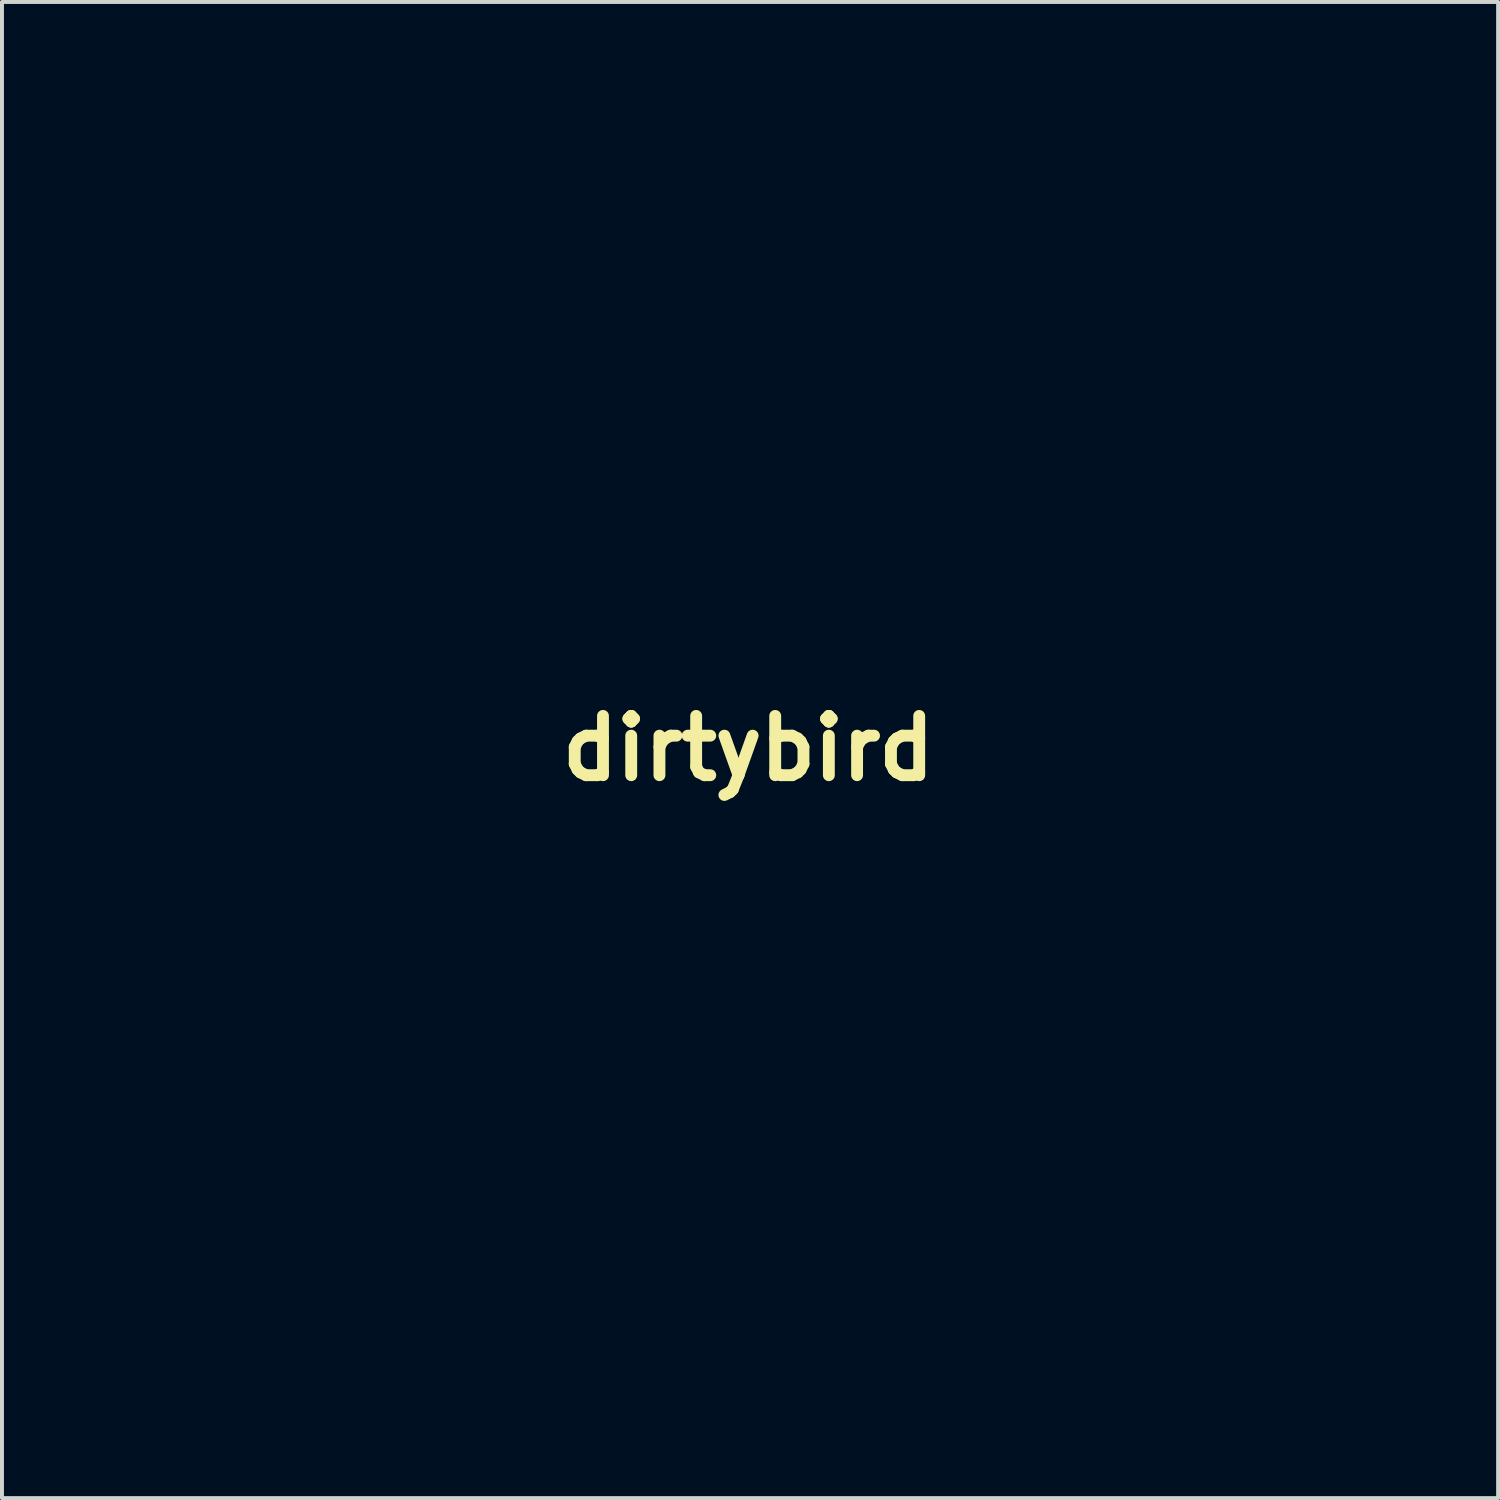
<source format=kicad_pcb>
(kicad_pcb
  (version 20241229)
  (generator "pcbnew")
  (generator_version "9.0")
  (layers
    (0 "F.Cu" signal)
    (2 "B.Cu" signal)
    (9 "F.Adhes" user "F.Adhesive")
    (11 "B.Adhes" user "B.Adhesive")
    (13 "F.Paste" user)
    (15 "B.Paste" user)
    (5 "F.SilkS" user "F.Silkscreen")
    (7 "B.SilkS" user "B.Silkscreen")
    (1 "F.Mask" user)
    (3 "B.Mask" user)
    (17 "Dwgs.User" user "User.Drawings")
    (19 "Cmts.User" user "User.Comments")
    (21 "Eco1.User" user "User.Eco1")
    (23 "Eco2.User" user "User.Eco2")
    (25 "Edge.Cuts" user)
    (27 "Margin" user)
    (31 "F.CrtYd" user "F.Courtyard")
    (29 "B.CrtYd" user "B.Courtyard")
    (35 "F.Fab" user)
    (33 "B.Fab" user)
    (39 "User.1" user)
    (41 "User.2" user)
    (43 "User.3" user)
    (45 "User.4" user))
  (footprint "dirtybird"
    (layer "F.Cu")
    (at 15.883 15.883)
    (property "Reference" "dirtybird" (at 0 0 0) (layer "F.SilkS") (effects (font (size 1.5 1.5) (thickness 0.3))))
    (attr board_only exclude_from_pos_files exclude_from_bom)
    (fp_poly (pts (xy -9.059 6.9) (xy -9.102 6.943) (xy -9.144 6.9) (xy -9.102 6.858)) (stroke (width 0.1) (type solid)) (fill no) (layer "Eco1.User"))
    (fp_poly (pts (xy -8.636 7.662) (xy -8.678 7.705) (xy -8.721 7.662) (xy -8.678 7.62)) (stroke (width 0.1) (type solid)) (fill no) (layer "Eco1.User"))
    (fp_poly (pts (xy -8.382 7.578) (xy -8.424 7.62) (xy -8.467 7.578) (xy -8.424 7.535)) (stroke (width 0.1) (type solid)) (fill no) (layer "Eco1.User"))
    (fp_poly (pts (xy -7.789 3.768) (xy -7.832 3.81) (xy -7.874 3.768) (xy -7.832 3.725)) (stroke (width 0.1) (type solid)) (fill no) (layer "Eco1.User"))
    (fp_poly (pts (xy -6.773 2.667) (xy -6.816 2.709) (xy -6.858 2.667) (xy -6.816 2.625)) (stroke (width 0.1) (type solid)) (fill no) (layer "Eco1.User"))
    (fp_poly (pts (xy -5.673 0.974) (xy -5.715 1.016) (xy -5.757 0.974) (xy -5.715 0.931)) (stroke (width 0.1) (type solid)) (fill no) (layer "Eco1.User"))
    (fp_poly (pts (xy -5.334 0.466) (xy -5.376 0.508) (xy -5.419 0.466) (xy -5.376 0.423)) (stroke (width 0.1) (type solid)) (fill no) (layer "Eco1.User"))
    (fp_poly (pts (xy -4.995 0.042) (xy -5.038 0.085) (xy -5.08 0.042) (xy -5.038 0)) (stroke (width 0.1) (type solid)) (fill no) (layer "Eco1.User"))
    (fp_poly (pts (xy -4.826 6.392) (xy -4.868 6.435) (xy -4.911 6.392) (xy -4.868 6.35)) (stroke (width 0.1) (type solid)) (fill no) (layer "Eco1.User"))
    (fp_poly (pts (xy -4.149 5.207) (xy -4.191 5.249) (xy -4.233 5.207) (xy -4.191 5.165)) (stroke (width 0.1) (type solid)) (fill no) (layer "Eco1.User"))
    (fp_poly (pts (xy -3.725 6.308) (xy -3.768 6.35) (xy -3.81 6.308) (xy -3.768 6.265)) (stroke (width 0.1) (type solid)) (fill no) (layer "Eco1.User"))
    (fp_poly (pts (xy -3.387 7.493) (xy -3.429 7.535) (xy -3.471 7.493) (xy -3.429 7.451)) (stroke (width 0.1) (type solid)) (fill no) (layer "Eco1.User"))
    (fp_poly (pts (xy -3.302 -1.905) (xy -3.344 -1.863) (xy -3.387 -1.905) (xy -3.344 -1.947)) (stroke (width 0.1) (type solid)) (fill no) (layer "Eco1.User"))
    (fp_poly (pts (xy -3.133 -2.074) (xy -3.175 -2.032) (xy -3.217 -2.074) (xy -3.175 -2.117)) (stroke (width 0.1) (type solid)) (fill no) (layer "Eco1.User"))
    (fp_poly (pts (xy -2.963 -2.159) (xy -3.006 -2.117) (xy -3.048 -2.159) (xy -3.006 -2.201)) (stroke (width 0.1) (type solid)) (fill no) (layer "Eco1.User"))
    (fp_poly (pts (xy -2.963 6.308) (xy -3.006 6.35) (xy -3.048 6.308) (xy -3.006 6.265)) (stroke (width 0.1) (type solid)) (fill no) (layer "Eco1.User"))
    (fp_poly (pts (xy -2.455 -2.582) (xy -2.498 -2.54) (xy -2.54 -2.582) (xy -2.498 -2.625)) (stroke (width 0.1) (type solid)) (fill no) (layer "Eco1.User"))
    (fp_poly (pts (xy -2.371 9.186) (xy -2.413 9.229) (xy -2.455 9.186) (xy -2.413 9.144)) (stroke (width 0.1) (type solid)) (fill no) (layer "Eco1.User"))
    (fp_poly (pts (xy -1.693 10.626) (xy -1.736 10.668) (xy -1.778 10.626) (xy -1.736 10.583)) (stroke (width 0.1) (type solid)) (fill no) (layer "Eco1.User"))
    (fp_poly (pts (xy -1.524 6.731) (xy -1.566 6.773) (xy -1.609 6.731) (xy -1.566 6.689)) (stroke (width 0.1) (type solid)) (fill no) (layer "Eco1.User"))
    (fp_poly (pts (xy -1.524 11.303) (xy -1.566 11.345) (xy -1.609 11.303) (xy -1.566 11.261)) (stroke (width 0.1) (type solid)) (fill no) (layer "Eco1.User"))
    (fp_poly (pts (xy -1.439 11.472) (xy -1.482 11.515) (xy -1.524 11.472) (xy -1.482 11.43)) (stroke (width 0.1) (type solid)) (fill no) (layer "Eco1.User"))
    (fp_poly (pts (xy -1.355 11.642) (xy -1.397 11.684) (xy -1.439 11.642) (xy -1.397 11.599)) (stroke (width 0.1) (type solid)) (fill no) (layer "Eco1.User"))
    (fp_poly (pts (xy -1.27 11.811) (xy -1.312 11.853) (xy -1.355 11.811) (xy -1.312 11.769)) (stroke (width 0.1) (type solid)) (fill no) (layer "Eco1.User"))
    (fp_poly (pts (xy -1.185 11.98) (xy -1.228 12.023) (xy -1.27 11.98) (xy -1.228 11.938)) (stroke (width 0.1) (type solid)) (fill no) (layer "Eco1.User"))
    (fp_poly (pts (xy -1.016 -4.36) (xy -1.058 -4.318) (xy -1.101 -4.36) (xy -1.058 -4.403)) (stroke (width 0.1) (type solid)) (fill no) (layer "Eco1.User"))
    (fp_poly (pts (xy -0.931 11.049) (xy -0.974 11.091) (xy -1.016 11.049) (xy -0.974 11.007)) (stroke (width 0.1) (type solid)) (fill no) (layer "Eco1.User"))
    (fp_poly (pts (xy -0.847 -4.36) (xy -0.889 -4.318) (xy -0.931 -4.36) (xy -0.889 -4.403)) (stroke (width 0.1) (type solid)) (fill no) (layer "Eco1.User"))
    (fp_poly (pts (xy -0.847 6.562) (xy -0.889 6.604) (xy -0.931 6.562) (xy -0.889 6.519)) (stroke (width 0.1) (type solid)) (fill no) (layer "Eco1.User"))
    (fp_poly (pts (xy -0.847 6.731) (xy -0.889 6.773) (xy -0.931 6.731) (xy -0.889 6.689)) (stroke (width 0.1) (type solid)) (fill no) (layer "Eco1.User"))
    (fp_poly (pts (xy -0.508 7.747) (xy -0.55 7.789) (xy -0.593 7.747) (xy -0.55 7.705)) (stroke (width 0.1) (type solid)) (fill no) (layer "Eco1.User"))
    (fp_poly (pts (xy -0.508 11.049) (xy -0.55 11.091) (xy -0.593 11.049) (xy -0.55 11.007)) (stroke (width 0.1) (type solid)) (fill no) (layer "Eco1.User"))
    (fp_poly (pts (xy -0.254 -4.868) (xy -0.296 -4.826) (xy -0.339 -4.868) (xy -0.296 -4.911)) (stroke (width 0.1) (type solid)) (fill no) (layer "Eco1.User"))
    (fp_poly (pts (xy 0.423 8.086) (xy 0.381 8.128) (xy 0.339 8.086) (xy 0.381 8.043)) (stroke (width 0.1) (type solid)) (fill no) (layer "Eco1.User"))
    (fp_poly (pts (xy 0.423 10.795) (xy 0.381 10.837) (xy 0.339 10.795) (xy 0.381 10.753)) (stroke (width 0.1) (type solid)) (fill no) (layer "Eco1.User"))
    (fp_poly (pts (xy 0.508 -7.239) (xy 0.466 -7.197) (xy 0.423 -7.239) (xy 0.466 -7.281)) (stroke (width 0.1) (type solid)) (fill no) (layer "Eco1.User"))
    (fp_poly (pts (xy 0.508 11.049) (xy 0.466 11.091) (xy 0.423 11.049) (xy 0.466 11.007)) (stroke (width 0.1) (type solid)) (fill no) (layer "Eco1.User"))
    (fp_poly (pts (xy 0.593 11.388) (xy 0.55 11.43) (xy 0.508 11.388) (xy 0.55 11.345)) (stroke (width 0.1) (type solid)) (fill no) (layer "Eco1.User"))
    (fp_poly (pts (xy 0.847 -10.202) (xy 0.804 -10.16) (xy 0.762 -10.202) (xy 0.804 -10.245)) (stroke (width 0.1) (type solid)) (fill no) (layer "Eco1.User"))
    (fp_poly (pts (xy 0.847 -6.223) (xy 0.804 -6.181) (xy 0.762 -6.223) (xy 0.804 -6.265)) (stroke (width 0.1) (type solid)) (fill no) (layer "Eco1.User"))
    (fp_poly (pts (xy 1.101 -10.118) (xy 1.058 -10.075) (xy 1.016 -10.118) (xy 1.058 -10.16)) (stroke (width 0.1) (type solid)) (fill no) (layer "Eco1.User"))
    (fp_poly (pts (xy 2.201 -12.15) (xy 2.159 -12.107) (xy 2.117 -12.15) (xy 2.159 -12.192)) (stroke (width 0.1) (type solid)) (fill no) (layer "Eco1.User"))
    (fp_poly (pts (xy 5.249 -1.143) (xy 5.207 -1.101) (xy 5.165 -1.143) (xy 5.207 -1.185)) (stroke (width 0.1) (type solid)) (fill no) (layer "Eco1.User"))
    (fp_poly (pts (xy 5.249 1.651) (xy 5.207 1.693) (xy 5.165 1.651) (xy 5.207 1.609)) (stroke (width 0.1) (type solid)) (fill no) (layer "Eco1.User"))
    (fp_poly (pts (xy 5.419 -9.694) (xy 5.376 -9.652) (xy 5.334 -9.694) (xy 5.376 -9.737)) (stroke (width 0.1) (type solid)) (fill no) (layer "Eco1.User"))
    (fp_poly (pts (xy 5.588 -9.525) (xy 5.546 -9.483) (xy 5.503 -9.525) (xy 5.546 -9.567)) (stroke (width 0.1) (type solid)) (fill no) (layer "Eco1.User"))
    (fp_poly (pts (xy -7.479 3.923) (xy -7.491 3.973) (xy -7.535 3.979) (xy -7.605 3.948) (xy -7.592 3.923) (xy -7.491 3.913)) (stroke (width 0.1) (type solid)) (fill no) (layer "Eco1.User"))
    (fp_poly (pts (xy -6.209 5.701) (xy -6.221 5.751) (xy -6.265 5.757) (xy -6.335 5.726) (xy -6.322 5.701) (xy -6.221 5.691)) (stroke (width 0.1) (type solid)) (fill no) (layer "Eco1.User"))
    (fp_poly (pts (xy -5.526 6.468) (xy -5.552 6.507) (xy -5.637 6.513) (xy -5.728 6.492) (xy -5.689 6.461) (xy -5.556 6.451)) (stroke (width 0.1) (type solid)) (fill no) (layer "Eco1.User"))
    (fp_poly (pts (xy -4.77 -0.564) (xy -4.759 -0.464) (xy -4.77 -0.452) (xy -4.82 -0.463) (xy -4.826 -0.508) (xy -4.795 -0.578)) (stroke (width 0.1) (type solid)) (fill no) (layer "Eco1.User"))
    (fp_poly (pts (xy -3.669 -1.665) (xy -3.681 -1.615) (xy -3.725 -1.609) (xy -3.795 -1.64) (xy -3.782 -1.665) (xy -3.681 -1.675)) (stroke (width 0.1) (type solid)) (fill no) (layer "Eco1.User"))
    (fp_poly (pts (xy -1.637 10.781) (xy -1.627 10.881) (xy -1.637 10.894) (xy -1.687 10.882) (xy -1.693 10.837) (xy -1.662 10.768)) (stroke (width 0.1) (type solid)) (fill no) (layer "Eco1.User"))
    (fp_poly (pts (xy -0.79 11.374) (xy -0.802 11.424) (xy -0.847 11.43) (xy -0.916 11.399) (xy -0.903 11.374) (xy -0.803 11.363)) (stroke (width 0.1) (type solid)) (fill no) (layer "Eco1.User"))
    (fp_poly (pts (xy -0.452 -5.729) (xy -0.441 -5.629) (xy -0.452 -5.616) (xy -0.502 -5.628) (xy -0.508 -5.673) (xy -0.477 -5.742)) (stroke (width 0.1) (type solid)) (fill no) (layer "Eco1.User"))
    (fp_poly (pts (xy 0.056 9.68) (xy 0.045 9.731) (xy 0 9.737) (xy -0.07 9.706) (xy -0.056 9.68) (xy 0.044 9.67)) (stroke (width 0.1) (type solid)) (fill no) (layer "Eco1.User"))
    (fp_poly (pts (xy 0.141 9.511) (xy 0.129 9.561) (xy 0.085 9.567) (xy 0.015 9.536) (xy 0.028 9.511) (xy 0.129 9.501)) (stroke (width 0.1) (type solid)) (fill no) (layer "Eco1.User"))
    (fp_poly (pts (xy 3.069 4.008) (xy 3.08 4.039) (xy 2.963 4.051) (xy 2.843 4.037) (xy 2.857 4.008) (xy 3.031 3.997)) (stroke (width 0.1) (type solid)) (fill no) (layer "Eco1.User"))
    (fp_poly (pts (xy 4.967 2.145) (xy 4.977 2.245) (xy 4.967 2.258) (xy 4.917 2.246) (xy 4.911 2.201) (xy 4.942 2.132)) (stroke (width 0.1) (type solid)) (fill no) (layer "Eco1.User"))
    (fp_poly (pts (xy 5.306 1.298) (xy 5.316 1.399) (xy 5.306 1.411) (xy 5.255 1.399) (xy 5.249 1.355) (xy 5.28 1.285)) (stroke (width 0.1) (type solid)) (fill no) (layer "Eco1.User"))
    (fp_poly (pts (xy -5.94 6.384) (xy -5.85 6.463) (xy -5.842 6.482) (xy -5.882 6.517) (xy -5.966 6.439) (xy -5.977 6.422) (xy -5.987 6.364)) (stroke (width 0.1) (type solid)) (fill no) (layer "Eco1.User"))
    (fp_poly (pts (xy -2.13 9.686) (xy -2.04 9.765) (xy -2.032 9.784) (xy -2.072 9.819) (xy -2.156 9.741) (xy -2.167 9.724) (xy -2.177 9.666)) (stroke (width 0.1) (type solid)) (fill no) (layer "Eco1.User"))
    (fp_poly (pts (xy -2.059 -2.993) (xy -2.074 -2.963) (xy -2.154 -2.882) (xy -2.169 -2.879) (xy -2.175 -2.933) (xy -2.159 -2.963) (xy -2.079 -3.044) (xy -2.064 -3.048)) (stroke (width 0.1) (type solid)) (fill no) (layer "Eco1.User"))
    (fp_poly (pts (xy -1.906 10.028) (xy -1.807 10.18) (xy -1.778 10.261) (xy -1.802 10.327) (xy -1.87 10.236) (xy -1.935 10.097) (xy -1.996 9.945) (xy -1.983 9.935)) (stroke (width 0.1) (type solid)) (fill no) (layer "Eco1.User"))
    (fp_poly (pts (xy -0.196 9.622) (xy -0.212 9.652) (xy -0.291 9.733) (xy -0.306 9.737) (xy -0.312 9.682) (xy -0.296 9.652) (xy -0.217 9.571) (xy -0.202 9.567)) (stroke (width 0.1) (type solid)) (fill no) (layer "Eco1.User"))
    (fp_poly (pts (xy -7.972 3.844) (xy -7.878 3.956) (xy -7.927 4.042) (xy -8.022 4.057) (xy -8.103 4.036) (xy -8.064 4.008) (xy -8 3.918) (xy -8.014 3.874) (xy -8.016 3.824)) (stroke (width 0.1) (type solid)) (fill no) (layer "Eco1.User"))
    (fp_poly (pts (xy 0.067 -5.842) (xy 0.054 -5.735) (xy -0.008 -5.608) (xy -0.117 -5.519) (xy -0.217 -5.499) (xy -0.254 -5.563) (xy -0.196 -5.667) (xy -0.085 -5.779) (xy 0.036 -5.873)) (stroke (width 0.1) (type solid)) (fill no) (layer "Eco1.User"))
    (fp_poly (pts (xy -6.133 6.5) (xy -6.148 6.556) (xy -6.254 6.672) (xy -6.317 6.689) (xy -6.423 6.737) (xy -6.435 6.773) (xy -6.506 6.837) (xy -6.625 6.851) (xy -6.737 6.834) (xy -6.689 6.797) (xy -6.532 6.716) (xy -6.332 6.588) (xy -6.329 6.587) (xy -6.178 6.491)) (stroke (width 0.1) (type solid)) (fill no) (layer "Eco1.User"))
    (fp_poly (pts (xy -6.908 3.545) (xy -6.883 3.726) (xy -6.882 3.747) (xy -6.858 4.026) (xy -6.815 4.255) (xy -6.806 4.419) (xy -6.859 4.501) (xy -6.941 4.463) (xy -6.965 4.424) (xy -6.995 4.291) (xy -7.01 4.073) (xy -7.01 3.827) (xy -6.998 3.612) (xy -6.972 3.485) (xy -6.957 3.471)) (stroke (width 0.1) (type solid)) (fill no) (layer "Eco1.User"))
    (fp_poly (pts (xy 0.378 -6.809) (xy 0.306 -6.689) (xy 0.174 -6.535) (xy 0.015 -6.387) (xy -0.136 -6.283) (xy -0.157 -6.274) (xy -0.304 -6.214) (xy -0.309 -6.231) (xy -0.217 -6.306) (xy -0.07 -6.405) (xy 0.002 -6.435) (xy 0.077 -6.501) (xy 0.169 -6.646) (xy 0.275 -6.8) (xy 0.356 -6.858)) (stroke (width 0.1) (type solid)) (fill no) (layer "Eco1.User"))
    (fp_poly (pts (xy -1.043 7.105) (xy -1.033 7.114) (xy -0.875 7.373) (xy -0.847 7.589) (xy -0.801 7.866) (xy -0.691 8.113) (xy -0.689 8.115) (xy -0.472 8.514) (xy -0.384 8.892) (xy -0.432 9.217) (xy -0.437 9.229) (xy -0.578 9.435) (xy -0.75 9.48) (xy -0.958 9.365) (xy -1.207 9.087) (xy -1.234 9.051) (xy -1.457 8.661) (xy -1.586 8.251) (xy -1.611 7.869) (xy -1.539 7.593) (xy -1.452 7.352) (xy -1.422 7.203) (xy -1.358 7.014) (xy -1.232 6.981)) (stroke (width 0.1) (type solid)) (fill no) (layer "Eco1.User"))
    (fp_poly (pts (xy -6.972 2.678) (xy -6.95 2.709) (xy -6.874 2.893) (xy -6.861 3.094) (xy -6.905 3.251) (xy -6.985 3.302) (xy -7.106 3.372) (xy -7.218 3.539) (xy -7.349 3.719) (xy -7.472 3.745) (xy -7.596 3.671) (xy -7.617 3.613) (xy -7.581 3.5) (xy -7.502 3.367) (xy -7.417 3.266) (xy -7.366 3.25) (xy -7.363 3.265) (xy -7.327 3.257) (xy -7.244 3.131) (xy -7.232 3.109) (xy -7.119 2.963) (xy -7.02 2.926) (xy -7.014 2.929) (xy -6.961 2.914) (xy -6.981 2.783) (xy -7.009 2.657)) (stroke (width 0.1) (type solid)) (fill no) (layer "Eco1.User"))
    (fp_poly (pts (xy -1.347 10.376) (xy -1.301 10.468) (xy -1.229 10.678) (xy -1.147 10.961) (xy -1.049 11.263) (xy -0.954 11.458) (xy -0.885 11.515) (xy -0.826 11.585) (xy -0.813 11.758) (xy -0.841 11.974) (xy -0.905 12.174) (xy -0.953 12.255) (xy -1.082 12.355) (xy -1.168 12.308) (xy -1.184 12.213) (xy -1.168 12.118) (xy -1.108 12.182) (xy -1.108 12.183) (xy -1.057 12.209) (xy -1.034 12.074) (xy -1.033 11.993) (xy -1.061 11.765) (xy -1.144 11.684) (xy -1.145 11.684) (xy -1.237 11.61) (xy -1.259 11.557) (xy -1.185 11.557) (xy -1.143 11.599) (xy -1.101 11.557) (xy -1.143 11.515) (xy -1.185 11.557) (xy -1.259 11.557) (xy -1.312 11.431) (xy -1.318 11.409) (xy -1.355 11.179) (xy -1.379 10.913) (xy -1.388 10.658) (xy -1.381 10.463) (xy -1.356 10.376)) (stroke (width 0.1) (type solid)) (fill no) (layer "Eco1.User"))
    (fp_poly (pts (xy -4.08 5.815) (xy -4.081 5.824) (xy -4.041 5.939) (xy -3.942 6.037) (xy -3.842 6.124) (xy -3.869 6.172) (xy -4.042 6.218) (xy -4.048 6.219) (xy -4.232 6.281) (xy -4.317 6.351) (xy -4.318 6.357) (xy -4.387 6.425) (xy -4.45 6.435) (xy -4.538 6.394) (xy -4.53 6.35) (xy -4.565 6.292) (xy -4.737 6.266) (xy -4.774 6.265) (xy -4.986 6.287) (xy -5.115 6.341) (xy -5.122 6.35) (xy -5.243 6.421) (xy -5.318 6.428) (xy -5.396 6.406) (xy -5.355 6.379) (xy -5.253 6.297) (xy -5.305 6.213) (xy -5.5 6.142) (xy -5.543 6.133) (xy -5.772 6.062) (xy -5.932 5.962) (xy -5.939 5.954) (xy -5.971 5.892) (xy -5.92 5.856) (xy -5.76 5.841) (xy -5.465 5.841) (xy -5.371 5.843) (xy -5 5.842) (xy -4.651 5.826) (xy -4.395 5.799) (xy -4.378 5.795) (xy -4.151 5.771)) (stroke (width 0.1) (type solid)) (fill no) (layer "Eco1.User"))
    (fp_poly (pts (xy 15.85 2.229) (xy 15.862 2.33) (xy 15.872 2.511) (xy 15.881 2.783) (xy 15.888 3.154) (xy 15.893 3.634) (xy 15.898 4.232) (xy 15.901 4.957) (xy 15.904 5.817) (xy 15.906 6.824) (xy 15.908 7.984) (xy 15.909 8.784) (xy 15.917 15.917) (xy 8.784 15.908) (xy 7.521 15.906) (xy 6.418 15.904) (xy 5.466 15.901) (xy 4.657 15.898) (xy 3.981 15.894) (xy 3.43 15.888) (xy 2.994 15.882) (xy 2.664 15.874) (xy 2.432 15.864) (xy 2.288 15.853) (xy 2.224 15.84) (xy 2.23 15.825) (xy 2.298 15.807) (xy 2.418 15.787) (xy 2.43 15.786) (xy 4.015 15.471) (xy 5.537 15.005) (xy 6.988 14.395) (xy 8.361 13.648) (xy 9.646 12.774) (xy 10.837 11.781) (xy 11.924 10.675) (xy 12.9 9.467) (xy 13.756 8.163) (xy 14.484 6.772) (xy 15.077 5.302) (xy 15.525 3.762) (xy 15.779 2.455) (xy 15.8 2.323) (xy 15.819 2.235) (xy 15.836 2.201)) (stroke (width 0.1) (type solid)) (fill no) (layer "Eco1.User"))
    (fp_poly (pts (xy -15.728 2.257) (xy -15.708 2.361) (xy -15.693 2.455) (xy -15.362 4.085) (xy -14.88 5.638) (xy -14.246 7.118) (xy -13.459 8.527) (xy -12.516 9.869) (xy -12.353 10.076) (xy -11.28 11.276) (xy -10.095 12.354) (xy -8.808 13.304) (xy -7.43 14.119) (xy -5.973 14.794) (xy -4.447 15.322) (xy -2.864 15.696) (xy -2.371 15.779) (xy -2.238 15.8) (xy -2.15 15.819) (xy -2.116 15.836) (xy -2.144 15.85) (xy -2.245 15.862) (xy -2.426 15.872) (xy -2.698 15.881) (xy -3.07 15.888) (xy -3.549 15.893) (xy -4.147 15.898) (xy -4.872 15.901) (xy -5.733 15.904) (xy -6.739 15.906) (xy -7.9 15.908) (xy -8.7 15.909) (xy -15.833 15.917) (xy -15.824 8.784) (xy -15.823 7.523) (xy -15.821 6.423) (xy -15.818 5.473) (xy -15.815 4.665) (xy -15.812 3.99) (xy -15.807 3.438) (xy -15.801 3) (xy -15.793 2.667) (xy -15.784 2.43) (xy -15.773 2.28) (xy -15.76 2.207) (xy -15.745 2.202)) (stroke (width 0.1) (type solid)) (fill no) (layer "Eco1.User"))
    (fp_poly (pts (xy -8.7 -15.824) (xy -7.437 -15.823) (xy -6.334 -15.821) (xy -5.383 -15.818) (xy -4.574 -15.815) (xy -3.897 -15.811) (xy -3.345 -15.806) (xy -2.907 -15.799) (xy -2.576 -15.791) (xy -2.341 -15.782) (xy -2.193 -15.771) (xy -2.124 -15.758) (xy -2.125 -15.742) (xy -2.186 -15.725) (xy -2.298 -15.705) (xy -2.328 -15.7) (xy -3.814 -15.411) (xy -5.205 -15.007) (xy -6.542 -14.476) (xy -6.9 -14.308) (xy -8.32 -13.532) (xy -9.641 -12.624) (xy -10.856 -11.595) (xy -11.958 -10.453) (xy -12.939 -9.211) (xy -13.791 -7.878) (xy -14.508 -6.464) (xy -15.081 -4.979) (xy -15.503 -3.435) (xy -15.7 -2.351) (xy -15.72 -2.225) (xy -15.738 -2.151) (xy -15.754 -2.136) (xy -15.767 -2.191) (xy -15.779 -2.324) (xy -15.788 -2.544) (xy -15.796 -2.86) (xy -15.803 -3.281) (xy -15.809 -3.817) (xy -15.813 -4.475) (xy -15.816 -5.265) (xy -15.819 -6.197) (xy -15.821 -7.279) (xy -15.823 -8.519) (xy -15.824 -8.7) (xy -15.833 -15.833)) (stroke (width 0.1) (type solid)) (fill no) (layer "Eco1.User"))
    (fp_poly (pts (xy 15.917 -8.721) (xy 15.917 -7.64) (xy 15.916 -6.608) (xy 15.915 -5.64) (xy 15.913 -4.746) (xy 15.911 -3.939) (xy 15.908 -3.231) (xy 15.906 -2.636) (xy 15.903 -2.164) (xy 15.899 -1.83) (xy 15.896 -1.644) (xy 15.893 -1.609) (xy 15.872 -1.687) (xy 15.836 -1.896) (xy 15.791 -2.2) (xy 15.763 -2.401) (xy 15.495 -3.808) (xy 15.076 -5.224) (xy 14.515 -6.619) (xy 13.827 -7.965) (xy 13.023 -9.231) (xy 12.8 -9.538) (xy 12.369 -10.074) (xy 11.839 -10.665) (xy 11.251 -11.271) (xy 10.644 -11.852) (xy 10.06 -12.368) (xy 9.623 -12.715) (xy 8.283 -13.608) (xy 6.853 -14.363) (xy 5.35 -14.974) (xy 3.791 -15.432) (xy 2.455 -15.694) (xy 2.323 -15.716) (xy 2.235 -15.734) (xy 2.201 -15.751) (xy 2.229 -15.765) (xy 2.33 -15.777) (xy 2.511 -15.788) (xy 2.783 -15.796) (xy 3.154 -15.803) (xy 3.634 -15.809) (xy 4.232 -15.813) (xy 4.957 -15.817) (xy 5.817 -15.819) (xy 6.824 -15.822) (xy 7.984 -15.823) (xy 8.784 -15.824) (xy 15.917 -15.833)) (stroke (width 0.1) (type solid)) (fill no) (layer "Eco1.User"))
    (fp_poly (pts (xy -6.191 1.752) (xy -6.223 1.861) (xy -6.248 2.061) (xy -6.244 2.351) (xy -6.215 2.678) (xy -6.167 2.988) (xy -6.108 3.227) (xy -6.056 3.33) (xy -5.938 3.502) (xy -5.896 3.602) (xy -5.794 3.753) (xy -5.607 3.925) (xy -5.546 3.969) (xy -5.33 4.159) (xy -5.251 4.356) (xy -5.249 4.396) (xy -5.183 4.615) (xy -4.975 4.871) (xy -4.902 4.941) (xy -4.718 5.119) (xy -4.604 5.245) (xy -4.584 5.285) (xy -4.681 5.32) (xy -4.826 5.355) (xy -5.045 5.338) (xy -5.325 5.198) (xy -5.404 5.145) (xy -5.623 4.974) (xy -5.778 4.818) (xy -5.82 4.753) (xy -5.926 4.537) (xy -6.068 4.338) (xy -6.207 4.204) (xy -6.297 4.175) (xy -6.359 4.136) (xy -6.368 3.946) (xy -6.362 3.871) (xy -6.353 3.654) (xy -6.389 3.571) (xy -6.451 3.577) (xy -6.51 3.573) (xy -6.544 3.488) (xy -6.557 3.295) (xy -6.554 2.964) (xy -6.552 2.891) (xy -6.54 2.502) (xy -6.525 2.245) (xy -6.499 2.083) (xy -6.455 1.977) (xy -6.384 1.891) (xy -6.325 1.833) (xy -6.211 1.729)) (stroke (width 0.1) (type solid)) (fill no) (layer "Eco1.User"))
    (fp_poly (pts (xy -7.013 5.723) (xy -7 5.841) (xy -7.071 5.927) (xy -7.172 6.064) (xy -7.191 6.198) (xy -7.122 6.265) (xy -7.112 6.265) (xy -6.996 6.211) (xy -6.851 6.089) (xy -6.688 5.977) (xy -6.555 5.96) (xy -6.45 5.962) (xy -6.435 5.932) (xy -6.391 5.885) (xy -6.239 5.895) (xy -6.096 5.923) (xy -6.137 5.962) (xy -6.29 6.05) (xy -6.392 6.103) (xy -6.731 6.274) (xy -6.312 6.236) (xy -6.092 6.224) (xy -6.012 6.244) (xy -6.078 6.299) (xy -6.295 6.395) (xy -6.668 6.534) (xy -6.714 6.551) (xy -6.986 6.663) (xy -7.185 6.772) (xy -7.264 6.851) (xy -7.234 6.924) (xy -7.08 6.91) (xy -7.066 6.907) (xy -6.911 6.889) (xy -6.898 6.939) (xy -7.017 7.008) (xy -7.153 7.027) (xy -7.37 7.082) (xy -7.486 7.16) (xy -7.63 7.241) (xy -7.717 7.231) (xy -7.777 7.22) (xy -7.763 7.256) (xy -7.792 7.344) (xy -7.937 7.438) (xy -7.94 7.44) (xy -8.087 7.498) (xy -8.095 7.482) (xy -8.02 7.42) (xy -7.929 7.334) (xy -7.972 7.291) (xy -8.112 7.266) (xy -8.306 7.284) (xy -8.545 7.367) (xy -8.772 7.486) (xy -8.932 7.613) (xy -8.975 7.698) (xy -9.042 7.742) (xy -9.135 7.731) (xy -9.318 7.745) (xy -9.516 7.834) (xy -9.672 7.92) (xy -9.732 7.902) (xy -9.737 7.861) (xy -9.686 7.729) (xy -9.558 7.532) (xy -9.483 7.435) (xy -9.31 7.174) (xy -9.276 6.982) (xy -9.279 6.971) (xy -9.302 6.873) (xy -9.253 6.923) (xy -9.243 6.937) (xy -9.147 7.014) (xy -9.028 6.952) (xy -8.94 6.818) (xy -8.94 6.741) (xy -8.908 6.625) (xy -8.778 6.46) (xy -8.722 6.407) (xy -8.552 6.269) (xy -8.461 6.243) (xy -8.411 6.311) (xy -8.406 6.484) (xy -8.459 6.663) (xy -8.526 6.851) (xy -8.493 6.907) (xy -8.356 6.833) (xy -8.232 6.734) (xy -8.038 6.595) (xy -7.881 6.523) (xy -7.856 6.519) (xy -7.701 6.453) (xy -7.519 6.291) (xy -7.36 6.089) (xy -7.28 5.921) (xy -7.176 5.921) (xy -7.164 5.927) (xy -7.087 5.867) (xy -7.07 5.842) (xy -7.048 5.763) (xy -7.06 5.757) (xy -7.137 5.817) (xy -7.154 5.842) (xy -7.176 5.921) (xy -7.28 5.921) (xy -7.27 5.901) (xy -7.265 5.836) (xy -7.237 5.699) (xy -7.165 5.673)) (stroke (width 0.1) (type solid)) (fill no) (layer "Eco1.User"))
    (fp_poly (pts (xy 1.593 -15.468) (xy 3.121 -15.238) (xy 4.632 -14.852) (xy 6.113 -14.307) (xy 6.688 -14.047) (xy 8.136 -13.269) (xy 9.463 -12.373) (xy 10.674 -11.355) (xy 11.773 -10.212) (xy 12.765 -8.939) (xy 13.001 -8.594) (xy 13.831 -7.199) (xy 14.505 -5.749) (xy 15.023 -4.253) (xy 15.383 -2.723) (xy 15.586 -1.171) (xy 15.629 0.392) (xy 15.513 1.956) (xy 15.236 3.51) (xy 14.798 5.041) (xy 14.199 6.539) (xy 14.095 6.76) (xy 13.321 8.181) (xy 12.418 9.499) (xy 11.395 10.707) (xy 10.261 11.798) (xy 9.026 12.767) (xy 7.698 13.606) (xy 6.287 14.31) (xy 4.802 14.872) (xy 3.253 15.285) (xy 1.648 15.544) (xy 1.355 15.574) (xy 0.713 15.624) (xy 0.155 15.646) (xy -0.389 15.64) (xy -0.988 15.606) (xy -1.405 15.571) (xy -2.925 15.352) (xy -4.426 14.973) (xy -5.892 14.442) (xy -7.306 13.769) (xy -8.648 12.962) (xy -9.902 12.032) (xy -11.05 10.986) (xy -11.606 10.392) (xy -12.094 9.779) (xy -9.906 9.779) (xy -9.864 9.821) (xy -9.821 9.779) (xy -9.864 9.737) (xy -9.906 9.779) (xy -12.094 9.779) (xy -12.613 9.128) (xy -13.44 7.846) (xy -9.821 7.846) (xy -9.816 8.08) (xy -9.781 8.185) (xy -9.689 8.198) (xy -9.588 8.177) (xy -9.352 8.122) (xy -9.062 8.057) (xy -8.998 8.043) (xy -8.32 7.871) (xy -7.786 7.685) (xy -7.41 7.488) (xy -7.183 7.359) (xy -6.988 7.287) (xy -6.944 7.281) (xy -6.783 7.242) (xy -6.731 7.197) (xy -6.612 7.127) (xy -6.506 7.112) (xy -6.321 7.064) (xy -6.104 6.948) (xy -6.088 6.937) (xy -5.954 6.86) (xy -5.781 6.804) (xy -5.536 6.762) (xy -5.185 6.73) (xy -4.762 6.704) (xy -3.683 6.646) (xy -3.675 7.366) (xy -3.63 7.971) (xy -3.509 8.443) (xy -3.317 8.775) (xy -3.057 8.959) (xy -3.049 8.961) (xy -2.828 9.101) (xy -2.711 9.267) (xy -2.622 9.426) (xy -2.542 9.483) (xy -2.47 9.553) (xy -2.455 9.641) (xy -2.416 9.807) (xy -2.318 10.047) (xy -2.255 10.171) (xy -2.108 10.493) (xy -1.982 10.853) (xy -1.951 10.964) (xy -1.85 11.327) (xy -1.736 11.648) (xy -1.626 11.888) (xy -1.536 12.013) (xy -1.511 12.023) (xy -1.461 12.096) (xy -1.439 12.274) (xy -1.439 12.277) (xy -1.43 12.428) (xy -1.371 12.503) (xy -1.22 12.528) (xy -1.027 12.531) (xy -0.615 12.531) (xy -0.557 11.945) (xy -0.505 11.588) (xy -0.436 11.372) (xy -0.383 11.316) (xy -0.281 11.205) (xy -0.239 11.076) (xy -0.165 10.913) (xy -0.073 10.855) (xy 0.051 10.909) (xy 0.156 11.095) (xy 0.229 11.377) (xy 0.254 11.697) (xy 0.269 11.912) (xy 0.329 12.005) (xy 0.432 12.023) (xy 0.562 11.987) (xy 0.56 11.891) (xy 0.554 11.804) (xy 0.607 11.82) (xy 0.671 11.815) (xy 0.658 11.704) (xy 0.651 11.576) (xy 0.729 11.572) (xy 0.811 11.555) (xy 0.853 11.404) (xy 0.861 11.291) (xy 0.874 11.029) (xy 0.887 10.816) (xy 0.889 10.795) (xy 0.862 10.601) (xy 0.821 10.52) (xy 0.789 10.428) (xy 0.815 10.413) (xy 0.822 10.374) (xy 0.762 10.322) (xy 0.687 10.235) (xy 0.736 10.19) (xy 0.802 10.101) (xy 0.76 9.984) (xy 0.642 9.909) (xy 0.605 9.905) (xy 0.513 9.891) (xy 0.575 9.833) (xy 0.593 9.821) (xy 0.669 9.756) (xy 0.587 9.738) (xy 0.567 9.738) (xy 0.462 9.703) (xy 0.462 9.658) (xy 0.451 9.549) (xy 0.425 9.526) (xy 0.342 9.41) (xy 0.339 9.383) (xy 0.387 9.349) (xy 0.468 9.4) (xy 0.605 9.469) (xy 0.653 9.419) (xy 0.582 9.291) (xy 0.564 9.273) (xy 0.475 9.121) (xy 0.474 9.025) (xy 0.462 8.95) (xy 0.321 8.947) (xy 0.28 8.954) (xy 0.125 8.97) (xy 0.11 8.928) (xy 0.144 8.888) (xy 0.199 8.77) (xy 0.193 8.749) (xy 0.452 8.749) (xy 0.463 8.799) (xy 0.508 8.805) (xy 0.578 8.774) (xy 0.564 8.749) (xy 0.464 8.739) (xy 0.452 8.749) (xy 0.193 8.749) (xy 0.151 8.6) (xy 0.12 8.539) (xy 0.017 8.372) (xy -0.065 8.298) (xy -0.068 8.297) (xy -0.155 8.225) (xy -0.263 8.046) (xy -0.364 7.817) (xy -0.431 7.593) (xy -0.442 7.514) (xy -0.469 7.345) (xy -0.505 7.281) (xy -0.538 7.206) (xy -0.563 7.02) (xy -0.567 6.967) (xy -0.602 6.616) (xy -0.66 6.388) (xy -0.736 6.303) (xy -0.768 6.311) (xy -0.818 6.29) (xy -0.801 6.157) (xy -0.793 5.991) (xy -0.906 5.909) (xy -0.946 5.897) (xy -1.212 5.847) (xy -1.339 5.878) (xy -1.355 5.924) (xy -1.293 5.971) (xy -1.228 5.957) (xy -1.119 5.958) (xy -1.101 5.995) (xy -1.172 6.051) (xy -1.312 6.058) (xy -1.471 6.07) (xy -1.528 6.187) (xy -1.534 6.256) (xy -1.538 6.446) (xy -1.534 6.54) (xy -1.587 6.603) (xy -1.602 6.604) (xy -1.671 6.677) (xy -1.735 6.856) (xy -1.74 6.876) (xy -1.837 7.149) (xy -1.966 7.374) (xy -2.075 7.563) (xy -2.067 7.717) (xy -2.042 7.771) (xy -1.981 7.956) (xy -1.932 8.229) (xy -1.918 8.373) (xy -1.815 8.783) (xy -1.589 9.199) (xy -1.276 9.571) (xy -0.912 9.85) (xy -0.778 9.917) (xy -0.53 10.022) (xy -0.399 10.064) (xy -0.347 10.052) (xy -0.339 9.989) (xy -0.339 9.986) (xy -0.389 9.932) (xy -0.414 9.942) (xy -0.523 9.927) (xy -0.584 9.874) (xy -0.624 9.796) (xy -0.533 9.789) (xy -0.466 9.8) (xy -0.307 9.857) (xy -0.254 9.917) (xy -0.186 9.937) (xy -0.017 9.893) (xy 0.042 9.869) (xy 0.236 9.795) (xy 0.321 9.802) (xy 0.346 9.908) (xy 0.349 9.974) (xy 0.366 10.229) (xy 0.38 10.395) (xy 0.363 10.568) (xy 0.314 10.641) (xy 0.269 10.639) (xy 0.288 10.596) (xy 0.304 10.528) (xy 0.223 10.504) (xy 0.019 10.521) (xy -0.189 10.553) (xy -0.38 10.602) (xy -0.464 10.659) (xy -0.462 10.674) (xy -0.486 10.774) (xy -0.601 10.911) (xy -0.753 11.02) (xy -0.867 11.001) (xy -0.894 10.98) (xy -0.958 10.881) (xy -0.878 10.782) (xy -0.868 10.774) (xy -0.775 10.692) (xy -0.824 10.669) (xy -0.874 10.668) (xy -0.977 10.626) (xy -0.984 10.474) (xy -0.98 10.449) (xy -0.974 10.329) (xy -0.339 10.329) (xy -0.268 10.399) (xy -0.174 10.414) (xy -0.012 10.375) (xy 0.042 10.329) (xy 0.012 10.267) (xy -0.122 10.245) (xy -0.283 10.273) (xy -0.339 10.329) (xy -0.974 10.329) (xy -0.972 10.294) (xy -1.041 10.27) (xy -1.063 10.277) (xy -1.169 10.274) (xy -1.185 10.236) (xy -1.24 10.11) (xy -1.303 10.033) (xy -1.016 10.033) (xy -0.974 10.075) (xy -0.931 10.033) (xy -0.974 9.991) (xy -1.016 10.033) (xy -1.303 10.033) (xy -1.317 10.016) (xy -1.403 9.864) (xy -1.27 9.864) (xy -1.228 9.906) (xy -1.185 9.864) (xy -1.228 9.821) (xy -1.27 9.864) (xy -1.403 9.864) (xy -1.404 9.861) (xy -1.403 9.764) (xy -1.402 9.685) (xy -1.437 9.693) (xy -1.515 9.656) (xy -1.623 9.524) (xy -1.722 9.356) (xy -1.774 9.211) (xy -1.774 9.181) (xy -1.83 9.079) (xy -1.979 8.953) (xy -2.158 8.847) (xy -2.299 8.805) (xy -2.431 8.74) (xy -2.455 8.636) (xy -2.496 8.491) (xy -2.582 8.487) (xy -2.651 8.615) (xy -2.682 8.694) (xy -2.697 8.611) (xy -2.7 8.577) (xy -2.745 8.405) (xy -2.8 8.336) (xy -2.853 8.221) (xy -2.84 8.15) (xy -2.822 8.065) (xy -2.897 8.108) (xy -2.919 8.126) (xy -3.026 8.182) (xy -3.047 8.115) (xy -2.987 7.946) (xy -2.862 7.721) (xy -2.802 7.609) (xy -2.603 7.609) (xy -2.541 7.569) (xy -2.529 7.558) (xy -2.463 7.447) (xy -2.472 7.406) (xy -2.535 7.432) (xy -2.577 7.511) (xy -2.603 7.609) (xy -2.802 7.609) (xy -2.772 7.553) (xy -2.757 7.478) (xy -2.778 7.483) (xy -2.865 7.48) (xy -2.879 7.42) (xy -2.937 7.288) (xy -2.98 7.262) (xy -3.008 7.213) (xy -2.933 7.171) (xy -2.832 7.156) (xy -2.837 7.198) (xy -2.832 7.275) (xy -2.804 7.281) (xy -2.686 7.234) (xy -2.691 7.137) (xy -2.793 7.07) (xy -2.91 7.014) (xy -2.876 6.93) (xy -2.836 6.888) (xy -2.754 6.752) (xy -2.758 6.678) (xy -2.753 6.556) (xy -2.674 6.391) (xy -2.6 6.248) (xy -2.644 6.225) (xy -2.646 6.226) (xy -2.773 6.218) (xy -3.009 6.162) (xy -3.307 6.068) (xy -3.344 6.056) (xy -3.608 5.956) (xy -3.774 5.882) (xy -3.815 5.845) (xy -3.804 5.844) (xy -3.627 5.771) (xy -3.419 5.552) (xy -3.175 5.18) (xy -3.002 4.868) (xy -2.843 4.581) (xy -2.705 4.354) (xy -2.611 4.229) (xy -2.6 4.219) (xy -2.509 4.092) (xy -2.489 4.021) (xy -2.418 3.841) (xy -2.348 3.739) (xy -2.208 3.559) (xy -2.14 3.438) (xy -2.161 3.407) (xy -2.188 3.421) (xy -2.275 3.428) (xy -2.286 3.396) (xy -2.223 3.279) (xy -2.178 3.243) (xy -2.065 3.132) (xy -1.93 2.952) (xy -1.911 2.921) (xy -1.693 2.921) (xy -1.651 2.963) (xy -1.609 2.921) (xy -1.651 2.879) (xy -1.693 2.921) (xy -1.911 2.921) (xy -1.819 2.771) (xy -1.78 2.667) (xy -1.524 2.667) (xy -1.482 2.709) (xy -1.439 2.667) (xy -1.482 2.625) (xy -1.524 2.667) (xy -1.78 2.667) (xy -1.778 2.661) (xy -1.842 2.64) (xy -1.917 2.66) (xy -2.008 2.681) (xy -1.969 2.609) (xy -1.95 2.585) (xy -1.821 2.504) (xy -1.747 2.512) (xy -1.694 2.525) (xy -1.711 2.5) (xy -1.718 2.388) (xy -1.662 2.19) (xy -1.65 2.159) (xy -1.524 2.159) (xy -1.482 2.201) (xy -1.439 2.159) (xy -1.482 2.117) (xy -1.524 2.159) (xy -1.65 2.159) (xy -1.637 2.127) (xy -1.55 1.886) (xy -1.509 1.686) (xy -1.509 1.659) (xy -1.475 1.443) (xy -1.44 1.357) (xy -1.403 1.214) (xy -1.363 0.948) (xy -1.327 0.602) (xy -1.312 0.391) (xy -1.291 -0.02) (xy -1.293 -0.3) (xy -1.323 -0.488) (xy -1.381 -0.622) (xy -1.389 -0.634) (xy -1.467 -0.791) (xy -1.429 -0.864) (xy -1.417 -0.868) (xy -1.417 -0.928) (xy -1.535 -1.041) (xy -1.628 -1.108) (xy -1.816 -1.249) (xy -1.92 -1.365) (xy -1.928 -1.397) (xy -1.952 -1.533) (xy -2.003 -1.651) (xy -2.079 -1.907) (xy -2.098 -2.233) (xy -2.064 -2.558) (xy -1.979 -2.809) (xy -1.951 -2.851) (xy -1.831 -2.974) (xy -1.757 -2.999) (xy -1.697 -3.026) (xy -1.662 -3.091) (xy -1.655 -3.181) (xy -1.694 -3.174) (xy -1.772 -3.179) (xy -1.778 -3.207) (xy -1.745 -3.259) (xy -1.524 -3.259) (xy -1.477 -3.224) (xy -1.371 -3.302) (xy -1.312 -3.302) (xy -1.306 -3.224) (xy -1.275 -3.217) (xy -1.189 -3.279) (xy -1.185 -3.302) (xy -1.214 -3.384) (xy -1.223 -3.387) (xy -1.295 -3.327) (xy -1.312 -3.302) (xy -1.371 -3.302) (xy -1.343 -3.323) (xy -1.307 -3.357) (xy -1.173 -3.506) (xy -1.12 -3.598) (xy -1.122 -3.605) (xy -1.211 -3.594) (xy -1.346 -3.499) (xy -1.47 -3.37) (xy -1.524 -3.259) (xy -1.745 -3.259) (xy -1.713 -3.309) (xy -1.555 -3.446) (xy -1.363 -3.576) (xy -1.194 -3.654) (xy -1.182 -3.657) (xy -1.093 -3.725) (xy -0.931 -3.725) (xy -0.9 -3.656) (xy -0.875 -3.669) (xy -0.865 -3.769) (xy -0.875 -3.782) (xy -0.925 -3.77) (xy -0.931 -3.725) (xy -1.093 -3.725) (xy -1.069 -3.744) (xy -0.94 -3.927) (xy -0.912 -3.979) (xy -0.821 -4.136) (xy -0.789 -4.139) (xy -0.795 -4.085) (xy -0.799 -3.938) (xy -0.766 -3.895) (xy -0.731 -3.824) (xy -0.741 -3.684) (xy -0.793 -3.542) (xy -0.85 -3.516) (xy -0.938 -3.483) (xy -1.068 -3.346) (xy -1.094 -3.312) (xy -1.2 -3.142) (xy -1.203 -3.055) (xy -1.143 -3.018) (xy -1.043 -3.006) (xy -1.034 -3.03) (xy -1.024 -3.162) (xy -0.967 -3.317) (xy -0.893 -3.423) (xy -0.852 -3.432) (xy -0.753 -3.456) (xy -0.631 -3.56) (xy -0.496 -3.663) (xy -0.424 -3.641) (xy -0.352 -3.64) (xy -0.254 -3.768) (xy -0.254 -3.768) (xy -0.184 -3.946) (xy -0.222 -4.063) (xy -0.244 -4.087) (xy -0.313 -4.138) (xy -0.297 -4.053) (xy -0.285 -4.022) (xy -0.253 -3.906) (xy -0.311 -3.926) (xy -0.367 -3.97) (xy -0.471 -4.042) (xy -0.478 -3.986) (xy -0.461 -3.928) (xy -0.433 -3.822) (xy -0.475 -3.868) (xy -0.501 -3.908) (xy -0.532 -4.016) (xy -0.471 -4.149) (xy -0.392 -4.239) (xy -0.149 -4.239) (xy -0.137 -4.233) (xy -0.06 -4.293) (xy -0.042 -4.318) (xy -0.021 -4.397) (xy -0.032 -4.403) (xy -0.11 -4.343) (xy -0.127 -4.318) (xy -0.149 -4.239) (xy -0.392 -4.239) (xy -0.299 -4.345) (xy -0.275 -4.37) (xy -0.069 -4.547) (xy -0.028 -4.572) (xy 0.677 -4.572) (xy 0.708 -4.502) (xy 0.734 -4.516) (xy 0.744 -4.616) (xy 0.734 -4.628) (xy 0.683 -4.617) (xy 0.677 -4.572) (xy -0.028 -4.572) (xy 0.112 -4.654) (xy 0.191 -4.669) (xy 0.319 -4.688) (xy 0.311 -4.802) (xy 0.268 -4.866) (xy 0.361 -4.866) (xy 0.378 -4.832) (xy 0.458 -4.744) (xy 0.473 -4.806) (xy 0.453 -4.872) (xy 0.39 -4.964) (xy 0.362 -4.962) (xy 0.361 -4.866) (xy 0.268 -4.866) (xy 0.205 -4.958) (xy 0.125 -5.045) (xy 0.769 -5.045) (xy 0.784 -4.935) (xy 0.813 -4.934) (xy 0.833 -5.047) (xy 0.82 -5.096) (xy 0.782 -5.128) (xy 0.769 -5.045) (xy 0.125 -5.045) (xy 0.125 -5.045) (xy 0.123 -5.021) (xy 0.098 -4.909) (xy -0.004 -4.824) (xy -0.128 -4.768) (xy -0.131 -4.82) (xy -0.091 -4.899) (xy -0.009 -5.084) (xy -0.03 -5.138) (xy -0.141 -5.069) (xy -0.232 -5.002) (xy -0.23 -5.046) (xy -0.169 -5.164) (xy -0.076 -5.291) (xy -0.02 -5.267) (xy 0.04 -5.202) (xy 0.135 -5.256) (xy 0.232 -5.309) (xy 0.257 -5.239) (xy 0.288 -5.188) (xy 0.358 -5.249) (xy 0.436 -5.378) (xy 0.495 -5.529) (xy 0.503 -5.588) (xy 0.677 -5.588) (xy 0.708 -5.518) (xy 0.734 -5.532) (xy 0.744 -5.632) (xy 0.734 -5.644) (xy 0.683 -5.633) (xy 0.677 -5.588) (xy 0.503 -5.588) (xy 0.508 -5.62) (xy 0.501 -5.712) (xy 0.953 -5.712) (xy 0.97 -5.678) (xy 1.051 -5.591) (xy 1.066 -5.652) (xy 1.045 -5.719) (xy 0.983 -5.811) (xy 0.955 -5.809) (xy 0.953 -5.712) (xy 0.501 -5.712) (xy 0.5 -5.73) (xy 0.45 -5.721) (xy 0.335 -5.604) (xy 0.195 -5.46) (xy 0.135 -5.44) (xy 0.121 -5.544) (xy 0.121 -5.602) (xy 0.198 -5.79) (xy 0.356 -5.92) (xy 0.544 -6.07) (xy 0.586 -6.214) (xy 0.507 -6.308) (xy 0.411 -6.289) (xy 0.369 -6.223) (xy 0.27 -6.128) (xy 0.201 -6.131) (xy 0.098 -6.134) (xy 0.085 -6.107) (xy 0.016 -6.047) (xy -0.042 -6.04) (xy -0.148 -6.05) (xy -0.134 -6.092) (xy 0.013 -6.178) (xy 0.185 -6.263) (xy 0.49 -6.395) (xy 0.669 -6.429) (xy 0.734 -6.366) (xy 0.716 -6.255) (xy 0.7 -6.124) (xy 0.774 -6.114) (xy 0.847 -6.204) (xy 0.909 -6.383) (xy 0.948 -6.592) (xy 0.954 -6.77) (xy 0.917 -6.857) (xy 0.908 -6.858) (xy 0.827 -6.788) (xy 0.787 -6.689) (xy 0.72 -6.539) (xy 0.661 -6.552) (xy 0.635 -6.721) (xy 0.635 -6.723) (xy 0.657 -6.862) (xy 0.699 -6.887) (xy 0.748 -6.925) (xy 0.762 -7.03) (xy 0.781 -7.076) (xy 0.994 -7.076) (xy 1.028 -7.027) (xy 1.036 -7.033) (xy 1.545 -7.033) (xy 1.556 -7.027) (xy 1.634 -7.087) (xy 1.651 -7.112) (xy 1.673 -7.191) (xy 1.661 -7.197) (xy 1.584 -7.137) (xy 1.566 -7.112) (xy 1.545 -7.033) (xy 1.036 -7.033) (xy 1.145 -7.109) (xy 1.183 -7.151) (xy 1.256 -7.293) (xy 1.257 -7.355) (xy 1.194 -7.354) (xy 1.082 -7.24) (xy 1.076 -7.231) (xy 0.994 -7.076) (xy 0.781 -7.076) (xy 0.833 -7.203) (xy 0.931 -7.257) (xy 1.069 -7.326) (xy 1.092 -7.366) (xy 1.609 -7.366) (xy 1.64 -7.296) (xy 1.665 -7.31) (xy 1.675 -7.41) (xy 1.665 -7.422) (xy 1.615 -7.411) (xy 1.609 -7.366) (xy 1.092 -7.366) (xy 1.101 -7.381) (xy 1.047 -7.421) (xy 1.01 -7.404) (xy 0.977 -7.419) (xy 1.026 -7.52) (xy 1.191 -7.694) (xy 1.329 -7.781) (xy 1.477 -7.876) (xy 1.524 -7.949) (xy 1.467 -8.012) (xy 1.332 -7.981) (xy 1.169 -7.869) (xy 1.149 -7.85) (xy 1.005 -7.723) (xy 0.964 -7.726) (xy 1.035 -7.848) (xy 1.095 -7.928) (xy 1.219 -8.113) (xy 1.266 -8.236) (xy 1.229 -8.267) (xy 1.143 -8.213) (xy 1.041 -8.154) (xy 1.016 -8.172) (xy 1.076 -8.27) (xy 1.148 -8.333) (xy 1.27 -8.476) (xy 1.298 -8.554) (xy 1.36 -8.742) (xy 1.383 -8.784) (xy 1.404 -8.877) (xy 1.378 -8.89) (xy 1.31 -8.951) (xy 1.314 -9.085) (xy 1.375 -9.219) (xy 1.449 -9.274) (xy 1.553 -9.378) (xy 1.548 -9.486) (xy 1.545 -9.601) (xy 4.017 -9.601) (xy 4.051 -9.541) (xy 4.119 -9.394) (xy 4.109 -9.317) (xy 4.141 -9.255) (xy 4.32 -9.229) (xy 4.355 -9.229) (xy 4.553 -9.239) (xy 4.654 -9.264) (xy 4.657 -9.269) (xy 4.588 -9.328) (xy 4.415 -9.431) (xy 4.298 -9.493) (xy 4.092 -9.59) (xy 4.017 -9.601) (xy 1.545 -9.601) (xy 1.545 -9.619) (xy 1.584 -9.652) (xy 1.611 -9.694) (xy 3.81 -9.694) (xy 3.852 -9.652) (xy 3.895 -9.694) (xy 3.862 -9.727) (xy 4.22 -9.727) (xy 4.222 -9.684) (xy 4.346 -9.587) (xy 4.491 -9.489) (xy 4.752 -9.324) (xy 4.903 -9.253) (xy 4.974 -9.272) (xy 4.993 -9.376) (xy 4.993 -9.419) (xy 4.949 -9.634) (xy 4.849 -9.798) (xy 4.727 -9.871) (xy 4.639 -9.838) (xy 4.48 -9.759) (xy 4.326 -9.737) (xy 4.22 -9.727) (xy 3.862 -9.727) (xy 3.852 -9.737) (xy 3.81 -9.694) (xy 1.611 -9.694) (xy 1.629 -9.724) (xy 1.628 -9.898) (xy 1.627 -9.904) (xy 1.621 -9.928) (xy 3.179 -9.928) (xy 3.198 -9.869) (xy 3.316 -9.824) (xy 3.384 -9.905) (xy 3.385 -9.927) (xy 3.341 -10.092) (xy 3.312 -10.146) (xy 3.248 -10.199) (xy 3.198 -10.095) (xy 3.196 -10.087) (xy 3.179 -9.928) (xy 1.621 -9.928) (xy 1.586 -10.073) (xy 1.51 -10.105) (xy 1.435 -10.073) (xy 1.296 -10.032) (xy 1.243 -10.054) (xy 1.24 -10.175) (xy 1.285 -10.381) (xy 1.359 -10.612) (xy 1.443 -10.81) (xy 1.516 -10.917) (xy 1.532 -10.922) (xy 1.58 -10.974) (xy 1.566 -11.007) (xy 1.586 -11.079) (xy 1.649 -11.091) (xy 1.794 -11.16) (xy 1.832 -11.218) (xy 1.912 -11.33) (xy 1.951 -11.345) (xy 1.967 -11.282) (xy 1.909 -11.127) (xy 1.904 -11.119) (xy 1.833 -10.937) (xy 1.829 -10.824) (xy 1.827 -10.704) (xy 1.777 -10.564) (xy 1.719 -10.437) (xy 1.746 -10.45) (xy 1.805 -10.522) (xy 1.901 -10.623) (xy 1.948 -10.583) (xy 1.97 -10.505) (xy 1.965 -10.352) (xy 1.917 -10.296) (xy 1.888 -10.229) (xy 1.971 -10.134) (xy 2.122 -10.045) (xy 2.294 -9.994) (xy 2.34 -9.991) (xy 2.507 -10.017) (xy 2.571 -10.057) (xy 2.53 -10.104) (xy 2.386 -10.121) (xy 2.205 -10.158) (xy 2.158 -10.26) (xy 2.123 -10.419) (xy 2.094 -10.464) (xy 2.036 -10.599) (xy 2.032 -10.646) (xy 2.079 -10.74) (xy 2.186 -10.73) (xy 2.302 -10.637) (xy 2.371 -10.498) (xy 2.415 -10.365) (xy 2.458 -10.387) (xy 2.474 -10.426) (xy 2.465 -10.603) (xy 2.341 -10.763) (xy 2.156 -10.858) (xy 2.014 -10.858) (xy 1.882 -10.835) (xy 1.889 -10.889) (xy 1.935 -10.948) (xy 2.079 -11.033) (xy 2.258 -10.971) (xy 2.484 -10.758) (xy 2.575 -10.647) (xy 2.723 -10.475) (xy 2.784 -10.438) (xy 2.759 -10.524) (xy 2.649 -10.723) (xy 2.563 -10.86) (xy 2.345 -11.292) (xy 2.302 -11.557) (xy 2.371 -11.557) (xy 2.413 -11.515) (xy 2.455 -11.557) (xy 2.413 -11.599) (xy 2.371 -11.557) (xy 2.302 -11.557) (xy 2.285 -11.662) (xy 2.377 -11.963) (xy 2.617 -12.187) (xy 3.002 -12.326) (xy 3.346 -12.369) (xy 3.761 -12.337) (xy 4.136 -12.213) (xy 4.421 -12.017) (xy 4.507 -11.91) (xy 4.626 -11.697) (xy 4.72 -11.494) (xy 4.771 -11.344) (xy 4.762 -11.292) (xy 4.753 -11.296) (xy 4.701 -11.249) (xy 4.653 -11.078) (xy 4.635 -10.958) (xy 4.592 -10.672) (xy 4.534 -10.534) (xy 4.448 -10.524) (xy 4.363 -10.581) (xy 4.159 -10.648) (xy 3.9 -10.579) (xy 3.62 -10.385) (xy 3.614 -10.379) (xy 3.46 -10.162) (xy 3.457 -9.957) (xy 3.58 -9.811) (xy 3.74 -9.786) (xy 3.973 -9.833) (xy 4.211 -9.93) (xy 4.386 -10.055) (xy 4.402 -10.074) (xy 4.561 -10.2) (xy 4.673 -10.201) (xy 4.817 -10.201) (xy 4.866 -10.24) (xy 4.956 -10.301) (xy 5.031 -10.239) (xy 5.044 -10.1) (xy 5.035 -10.068) (xy 5.045 -9.908) (xy 5.116 -9.854) (xy 5.22 -9.727) (xy 5.249 -9.511) (xy 5.27 -9.323) (xy 5.324 -9.266) (xy 5.334 -9.271) (xy 5.412 -9.274) (xy 5.419 -9.251) (xy 5.344 -9.105) (xy 5.124 -9.036) (xy 4.829 -9.04) (xy 4.578 -9.056) (xy 4.427 -9.02) (xy 4.308 -8.899) (xy 4.197 -8.729) (xy 4.046 -8.419) (xy 3.942 -8.073) (xy 3.926 -7.979) (xy 3.907 -7.726) (xy 3.892 -7.352) (xy 3.882 -6.894) (xy 3.877 -6.387) (xy 3.877 -5.865) (xy 3.882 -5.364) (xy 3.892 -4.92) (xy 3.906 -4.568) (xy 3.926 -4.343) (xy 3.93 -4.318) (xy 3.97 -4.042) (xy 3.986 -3.792) (xy 3.986 -3.792) (xy 4.015 -3.603) (xy 4.072 -3.509) (xy 4.115 -3.395) (xy 4.112 -3.167) (xy 4.102 -3.093) (xy 4.086 -2.823) (xy 4.131 -2.68) (xy 4.141 -2.672) (xy 4.209 -2.553) (xy 4.233 -2.375) (xy 4.276 -2.105) (xy 4.416 -1.826) (xy 4.674 -1.502) (xy 4.756 -1.412) (xy 5.028 -1.024) (xy 5.23 -0.537) (xy 5.339 -0.018) (xy 5.351 0.248) (xy 5.328 0.677) (xy 5.278 0.958) (xy 5.235 1.06) (xy 5.188 1.195) (xy 5.133 1.418) (xy 5.087 1.656) (xy 5.064 1.838) (xy 5.066 1.884) (xy 5.018 1.946) (xy 5.004 1.947) (xy 4.926 2.019) (xy 4.842 2.191) (xy 4.839 2.201) (xy 4.751 2.378) (xy 4.66 2.455) (xy 4.656 2.455) (xy 4.602 2.507) (xy 4.616 2.542) (xy 4.592 2.647) (xy 4.473 2.817) (xy 4.378 2.92) (xy 4.219 3.099) (xy 4.139 3.232) (xy 4.139 3.27) (xy 4.135 3.295) (xy 4.102 3.279) (xy 3.956 3.276) (xy 3.815 3.372) (xy 3.764 3.489) (xy 3.7 3.576) (xy 3.658 3.577) (xy 3.564 3.613) (xy 3.556 3.646) (xy 3.504 3.696) (xy 3.471 3.683) (xy 3.393 3.69) (xy 3.387 3.72) (xy 3.313 3.783) (xy 3.135 3.81) (xy 3.127 3.81) (xy 2.982 3.832) (xy 2.827 3.914) (xy 2.631 4.078) (xy 2.364 4.345) (xy 2.289 4.424) (xy 1.974 4.777) (xy 1.749 5.085) (xy 1.573 5.412) (xy 1.446 5.715) (xy 1.272 6.14) (xy 1.085 6.559) (xy 0.9 6.945) (xy 0.73 7.269) (xy 0.592 7.502) (xy 0.499 7.614) (xy 0.483 7.62) (xy 0.437 7.687) (xy 0.448 7.789) (xy 0.456 7.906) (xy 0.422 7.915) (xy 0.345 7.948) (xy 0.295 8.046) (xy 0.295 8.218) (xy 0.364 8.403) (xy 0.471 8.547) (xy 0.584 8.593) (xy 0.609 8.583) (xy 0.663 8.6) (xy 0.663 8.757) (xy 0.647 8.877) (xy 0.625 9.114) (xy 0.66 9.218) (xy 0.699 9.229) (xy 0.813 9.298) (xy 0.89 9.416) (xy 1.027 9.583) (xy 1.153 9.649) (xy 1.313 9.739) (xy 1.502 9.907) (xy 1.671 10.102) (xy 1.769 10.27) (xy 1.778 10.315) (xy 1.748 10.451) (xy 1.679 10.641) (xy 1.594 10.856) (xy 1.553 10.991) (xy 1.536 11.124) (xy 1.535 11.139) (xy 1.481 11.224) (xy 1.432 11.214) (xy 1.374 11.096) (xy 1.382 10.996) (xy 1.351 10.815) (xy 1.263 10.723) (xy 1.159 10.617) (xy 1.156 10.556) (xy 1.242 10.569) (xy 1.322 10.648) (xy 1.409 10.737) (xy 1.436 10.682) (xy 1.437 10.675) (xy 1.492 10.523) (xy 1.586 10.392) (xy 1.684 10.264) (xy 1.658 10.18) (xy 1.572 10.111) (xy 1.387 10.053) (xy 1.241 10.137) (xy 1.185 10.326) (xy 1.155 10.484) (xy 1.127 10.529) (xy 1.08 10.647) (xy 1.045 10.852) (xy 1.045 10.86) (xy 1.008 11.104) (xy 0.943 11.417) (xy 0.903 11.583) (xy 0.838 11.839) (xy 0.824 11.969) (xy 0.865 12.012) (xy 0.964 12.006) (xy 1.117 11.916) (xy 1.169 11.752) (xy 1.22 11.587) (xy 1.357 11.514) (xy 1.466 11.498) (xy 1.632 11.465) (xy 1.739 11.376) (xy 1.829 11.187) (xy 1.877 11.049) (xy 1.962 10.739) (xy 2.017 10.439) (xy 2.025 10.329) (xy 2.015 10.182) (xy 1.965 10.037) (xy 1.856 9.872) (xy 1.671 9.66) (xy 1.389 9.376) (xy 1.15 9.146) (xy 0.965 8.869) (xy 0.931 8.663) (xy 0.887 8.429) (xy 0.793 8.313) (xy 0.706 8.242) (xy 0.712 8.139) (xy 0.781 7.991) (xy 0.967 7.625) (xy 1.141 7.264) (xy 1.289 6.944) (xy 1.393 6.7) (xy 1.439 6.568) (xy 1.439 6.56) (xy 1.47 6.446) (xy 1.551 6.219) (xy 1.667 5.924) (xy 1.702 5.84) (xy 1.914 5.415) (xy 2.173 5.023) (xy 2.455 4.692) (xy 2.734 4.45) (xy 2.985 4.328) (xy 3.062 4.318) (xy 3.257 4.279) (xy 3.361 4.202) (xy 3.478 4.089) (xy 3.677 3.961) (xy 3.709 3.944) (xy 3.906 3.818) (xy 4.027 3.694) (xy 4.035 3.679) (xy 4.131 3.569) (xy 4.179 3.556) (xy 4.28 3.493) (xy 4.438 3.331) (xy 4.572 3.166) (xy 4.774 2.911) (xy 4.968 2.683) (xy 5.059 2.585) (xy 5.192 2.424) (xy 5.249 2.302) (xy 5.249 2.3) (xy 5.286 2.172) (xy 5.378 1.963) (xy 5.422 1.874) (xy 5.51 1.62) (xy 5.572 1.262) (xy 5.611 0.834) (xy 5.626 0.368) (xy 5.618 -0.104) (xy 5.589 -0.549) (xy 5.539 -0.935) (xy 5.468 -1.228) (xy 5.378 -1.397) (xy 5.343 -1.42) (xy 5.098 -1.582) (xy 4.86 -1.855) (xy 4.673 -2.184) (xy 4.632 -2.292) (xy 4.528 -2.687) (xy 4.433 -3.217) (xy 4.349 -3.848) (xy 4.28 -4.545) (xy 4.229 -5.274) (xy 4.201 -6.001) (xy 4.197 -6.477) (xy 4.201 -7.018) (xy 4.21 -7.422) (xy 4.229 -7.719) (xy 4.259 -7.941) (xy 4.305 -8.12) (xy 4.369 -8.288) (xy 4.386 -8.327) (xy 4.57 -8.738) (xy 5.063 -8.68) (xy 5.384 -8.657) (xy 5.584 -8.7) (xy 5.701 -8.837) (xy 5.77 -9.099) (xy 5.797 -9.285) (xy 5.825 -9.546) (xy 5.805 -9.703) (xy 5.718 -9.818) (xy 5.595 -9.914) (xy 5.388 -10.132) (xy 5.334 -10.335) (xy 5.289 -10.545) (xy 5.207 -10.668) (xy 5.121 -10.819) (xy 5.08 -11.05) (xy 5.08 -11.081) (xy 5.008 -11.596) (xy 4.808 -12.043) (xy 4.496 -12.395) (xy 4.122 -12.61) (xy 3.713 -12.695) (xy 3.216 -12.693) (xy 2.682 -12.612) (xy 2.164 -12.46) (xy 1.712 -12.246) (xy 1.68 -12.226) (xy 1.389 -12.01) (xy 1.145 -11.751) (xy 0.939 -11.425) (xy 0.759 -11.011) (xy 0.596 -10.486) (xy 0.438 -9.827) (xy 0.342 -9.356) (xy 0.207 -8.74) (xy 0.055 -8.175) (xy -0.104 -7.694) (xy -0.259 -7.33) (xy -0.336 -7.197) (xy -0.448 -6.981) (xy -0.557 -6.698) (xy -0.586 -6.604) (xy -0.665 -6.358) (xy -0.738 -6.179) (xy -0.761 -6.138) (xy -0.821 -6.028) (xy -0.928 -5.8) (xy -1.067 -5.489) (xy -1.17 -5.249) (xy -1.347 -4.847) (xy -1.534 -4.446) (xy -1.7 -4.108) (xy -1.764 -3.987) (xy -2.02 -3.599) (xy -2.36 -3.185) (xy -2.735 -2.8) (xy -3.098 -2.494) (xy -3.209 -2.418) (xy -3.431 -2.263) (xy -3.603 -2.117) (xy -3.631 -2.086) (xy -3.766 -1.972) (xy -3.842 -1.947) (xy -3.937 -1.885) (xy -4.103 -1.721) (xy -4.307 -1.489) (xy -4.349 -1.437) (xy -4.569 -1.179) (xy -4.768 -0.97) (xy -4.908 -0.849) (xy -4.921 -0.841) (xy -5.051 -0.71) (xy -5.081 -0.611) (xy -5.13 -0.48) (xy -5.263 -0.244) (xy -5.462 0.068) (xy -5.707 0.427) (xy -5.978 0.805) (xy -6.256 1.173) (xy -6.431 1.393) (xy -6.61 1.632) (xy -6.734 1.835) (xy -6.773 1.946) (xy -6.84 2.078) (xy -7.003 2.216) (xy -7.019 2.225) (xy -7.229 2.386) (xy -7.451 2.609) (xy -7.506 2.674) (xy -7.728 2.938) (xy -7.969 3.202) (xy -8.011 3.246) (xy -8.344 3.669) (xy -8.54 4.146) (xy -8.593 4.411) (xy -8.618 4.649) (xy -8.587 4.815) (xy -8.474 4.981) (xy -8.345 5.122) (xy -8.04 5.446) (xy -8.226 5.644) (xy -8.385 5.783) (xy -8.511 5.842) (xy -8.513 5.842) (xy -8.624 5.905) (xy -8.813 6.077) (xy -9.055 6.332) (xy -9.327 6.646) (xy -9.422 6.763) (xy -9.513 6.929) (xy -9.514 7.044) (xy -9.508 7.099) (xy -9.542 7.085) (xy -9.637 7.106) (xy -9.724 7.257) (xy -9.79 7.5) (xy -9.821 7.797) (xy -9.821 7.846) (xy -13.44 7.846) (xy -13.473 7.794) (xy -14.184 6.399) (xy -14.746 4.957) (xy -15.159 3.476) (xy -15.423 1.97) (xy -15.537 0.448) (xy -15.501 -1.078) (xy -15.315 -2.596) (xy -14.979 -4.095) (xy -14.492 -5.565) (xy -13.854 -6.994) (xy -13.065 -8.371) (xy -12.124 -9.685) (xy -12.077 -9.743) (xy -11.216 -10.71) (xy -9.906 -10.71) (xy -9.864 -10.668) (xy -9.821 -10.71) (xy -9.864 -10.753) (xy -9.906 -10.71) (xy -11.216 -10.71) (xy -11.018 -10.932) (xy -9.86 -11.99) (xy -8.613 -12.916) (xy -7.29 -13.707) (xy -5.902 -14.361) (xy -4.462 -14.874) (xy -2.981 -15.244) (xy -1.47 -15.468) (xy 0.059 -15.543)) (stroke (width 0.1) (type solid)) (fill no) (layer "Eco1.User")))
  (gr_rect
    (start -3 -3)
    (end 34.85 34.85)
    (stroke (width 0.1) (type default))
    (fill no)
    (layer "Edge.Cuts")))
</source>
